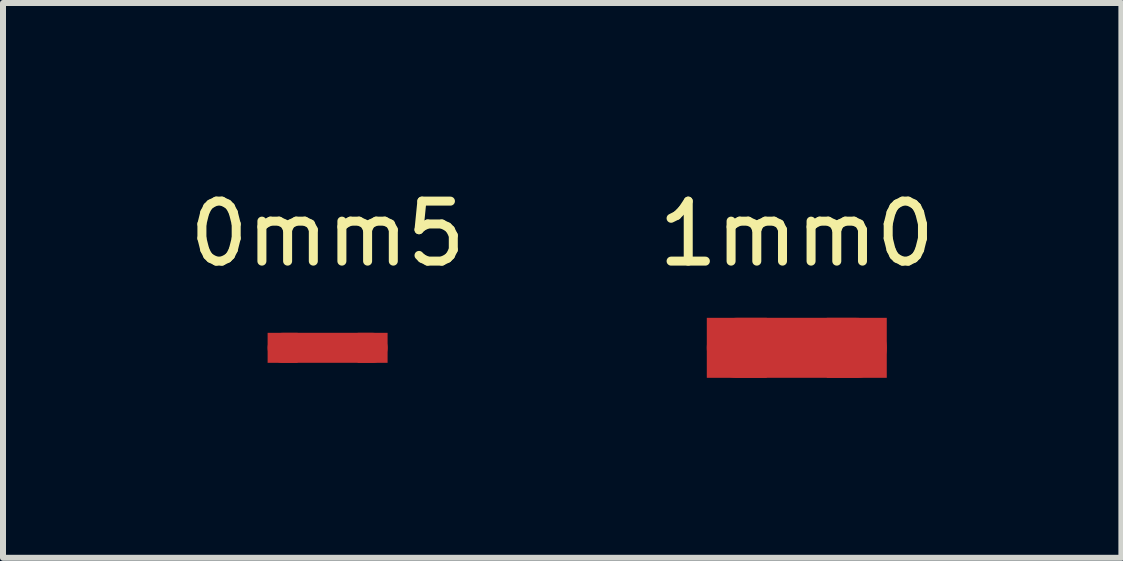
<source format=kicad_pcb>
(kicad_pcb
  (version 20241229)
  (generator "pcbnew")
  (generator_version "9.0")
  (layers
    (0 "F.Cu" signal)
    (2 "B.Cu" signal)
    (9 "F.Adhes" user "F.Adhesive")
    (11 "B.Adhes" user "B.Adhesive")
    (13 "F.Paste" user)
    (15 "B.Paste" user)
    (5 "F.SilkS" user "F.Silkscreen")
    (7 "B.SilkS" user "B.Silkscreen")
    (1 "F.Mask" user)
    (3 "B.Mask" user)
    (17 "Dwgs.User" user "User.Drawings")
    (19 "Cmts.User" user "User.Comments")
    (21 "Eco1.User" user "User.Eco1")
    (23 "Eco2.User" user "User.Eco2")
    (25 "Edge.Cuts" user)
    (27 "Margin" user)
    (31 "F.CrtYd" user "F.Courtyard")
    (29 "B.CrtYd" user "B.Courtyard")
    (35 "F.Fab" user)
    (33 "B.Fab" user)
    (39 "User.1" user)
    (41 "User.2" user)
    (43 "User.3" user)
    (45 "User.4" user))
  (footprint "1mm0"
    (layer "F.Cu")
    (at 10.232 2.748)
    (property "Reference" "1mm0" (at 0 -1.9 0) (layer "F.SilkS") (effects (font (size 1 1) (thickness 0.15))))
    (attr exclude_from_pos_files exclude_from_bom)
    (fp_line (start -1 0) (end 1 0) (stroke (width 1) (type solid)) (layer "F.Cu"))
    (pad "1" smd rect (at -1 0) (size 1 1) (layers "F.Cu"))
    (pad "2" smd rect (at 1 0) (size 1 1) (layers "F.Cu")))
  (footprint "0mm5"
    (layer "F.Cu")
    (at 2.411 2.748)
    (property "Reference" "0mm5" (at 0 -1.9 0) (layer "F.SilkS") (effects (font (size 1 1) (thickness 0.15))))
    (attr exclude_from_pos_files exclude_from_bom)
    (fp_line (start -0.75 0) (end 0.75 0) (stroke (width 0.5) (type solid)) (layer "F.Cu"))
    (pad "1" smd rect (at -0.75 0) (size 0.5 0.5) (layers "F.Cu"))
    (pad "2" smd rect (at 0.75 0) (size 0.5 0.5) (layers "F.Cu")))
  (gr_rect
    (start -3 -3)
    (end 15.643 6.248)
    (stroke (width 0.1) (type default))
    (fill no)
    (layer "Edge.Cuts")))
</source>
